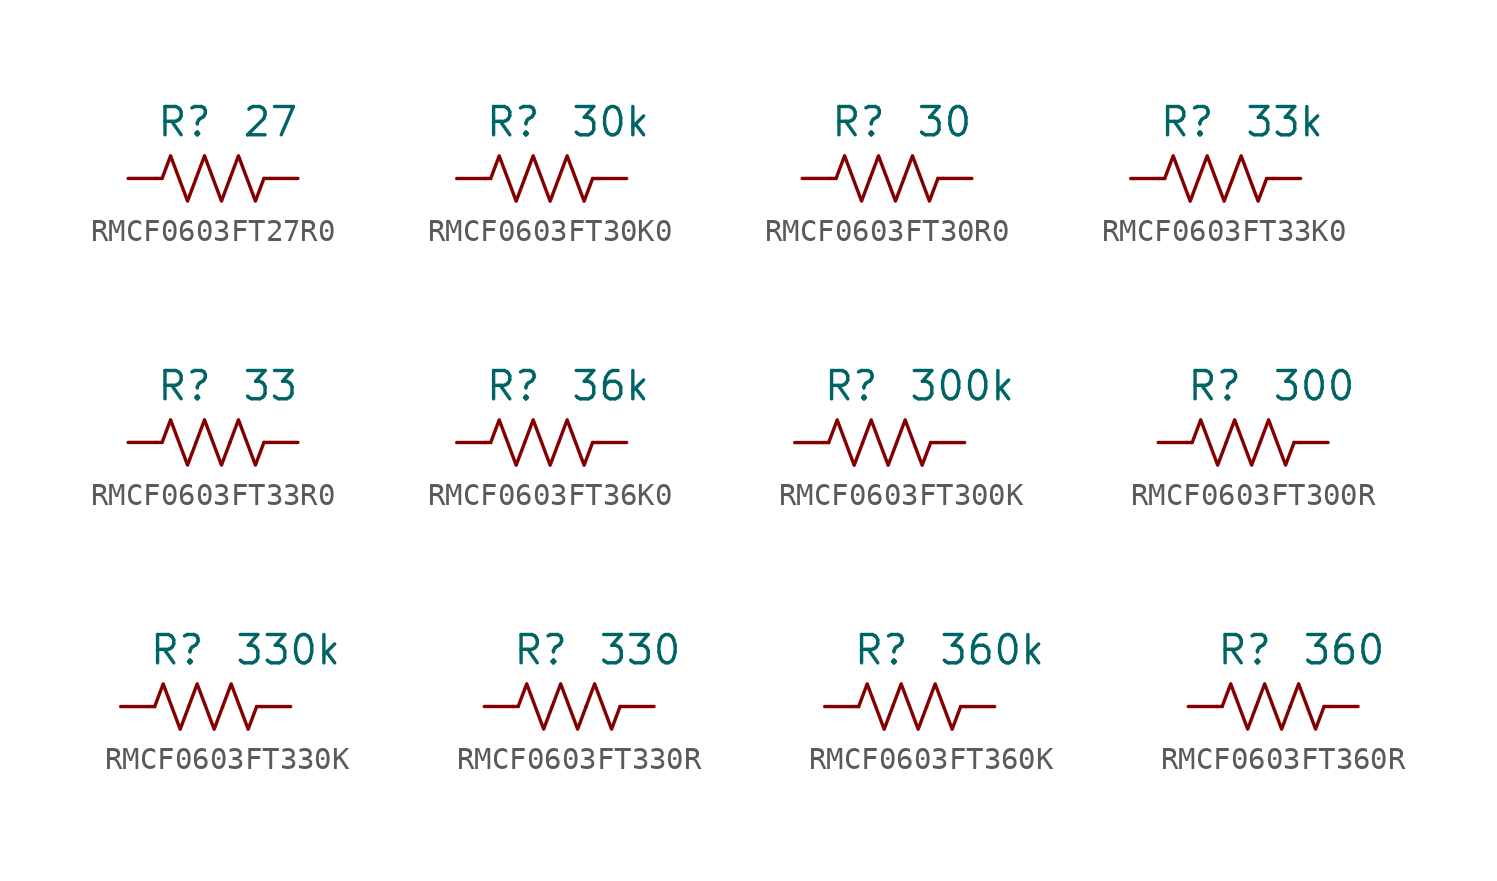
<source format=kicad_sym>
(kicad_symbol_lib
  (version 20241209)
  (generator "kicad_symbol_editor")
  (generator_version "9.0")
  (symbol "RMCF0603FT27R0"
    (pin_numbers
      (hide yes))
    (property "Reference" "R"
      (at 0 2.54 0)
      (effects (font (size 1.27 1.27)) (justify right)))
    (property "Value" "27"
      (at 1.27 2.54 0)
      (effects (font (size 1.27 1.27)) (justify left)))
    (symbol "RMCF0603FT27R0_0_1"
      (polyline (pts (xy -2.286 0) (xy -2.54 0)) (stroke (width 0) (type default)) (fill (type none)))
      (polyline (pts (xy -2.286 0) (xy -1.905 1.016) (xy -1.524 0) (xy -1.143 -1.016) (xy -0.762 0)) (stroke (width 0) (type default)) (fill (type none)))
      (polyline (pts (xy -0.762 0) (xy -0.381 1.016) (xy 0 0) (xy 0.381 -1.016) (xy 0.762 0)) (stroke (width 0) (type default)) (fill (type none)))
      (polyline (pts (xy 0.762 0) (xy 1.143 1.016) (xy 1.524 0) (xy 1.905 -1.016) (xy 2.286 0)) (stroke (width 0) (type default)) (fill (type none)))
      (polyline (pts (xy 2.286 0) (xy 2.54 0)) (stroke (width 0) (type default)) (fill (type none))))
    (symbol "RMCF0603FT27R0_1_1"
      (pin passive line (at -3.81 0 0) (length 1.27) (name "~" (effects (font (size 1.27 1.27)))) (number "1" (effects (font (size 1.27 1.27)))))
      (pin passive line (at 3.81 0 180) (length 1.27) (name "~" (effects (font (size 1.27 1.27)))) (number "2" (effects (font (size 1.27 1.27)))))))
  (symbol "RMCF0603FT30K0"
    (pin_numbers
      (hide yes))
    (property "Reference" "R"
      (at 0 2.54 0)
      (effects (font (size 1.27 1.27)) (justify right)))
    (property "Value" "30k"
      (at 1.27 2.54 0)
      (effects (font (size 1.27 1.27)) (justify left)))
    (symbol "RMCF0603FT30K0_0_1"
      (polyline (pts (xy -2.286 0) (xy -2.54 0)) (stroke (width 0) (type default)) (fill (type none)))
      (polyline (pts (xy -2.286 0) (xy -1.905 1.016) (xy -1.524 0) (xy -1.143 -1.016) (xy -0.762 0)) (stroke (width 0) (type default)) (fill (type none)))
      (polyline (pts (xy -0.762 0) (xy -0.381 1.016) (xy 0 0) (xy 0.381 -1.016) (xy 0.762 0)) (stroke (width 0) (type default)) (fill (type none)))
      (polyline (pts (xy 0.762 0) (xy 1.143 1.016) (xy 1.524 0) (xy 1.905 -1.016) (xy 2.286 0)) (stroke (width 0) (type default)) (fill (type none)))
      (polyline (pts (xy 2.286 0) (xy 2.54 0)) (stroke (width 0) (type default)) (fill (type none))))
    (symbol "RMCF0603FT30K0_1_1"
      (pin passive line (at -3.81 0 0) (length 1.27) (name "~" (effects (font (size 1.27 1.27)))) (number "1" (effects (font (size 1.27 1.27)))))
      (pin passive line (at 3.81 0 180) (length 1.27) (name "~" (effects (font (size 1.27 1.27)))) (number "2" (effects (font (size 1.27 1.27)))))))
  (symbol "RMCF0603FT30R0"
    (pin_numbers
      (hide yes))
    (property "Reference" "R"
      (at 0 2.54 0)
      (effects (font (size 1.27 1.27)) (justify right)))
    (property "Value" "30"
      (at 1.27 2.54 0)
      (effects (font (size 1.27 1.27)) (justify left)))
    (symbol "RMCF0603FT30R0_0_1"
      (polyline (pts (xy -2.286 0) (xy -2.54 0)) (stroke (width 0) (type default)) (fill (type none)))
      (polyline (pts (xy -2.286 0) (xy -1.905 1.016) (xy -1.524 0) (xy -1.143 -1.016) (xy -0.762 0)) (stroke (width 0) (type default)) (fill (type none)))
      (polyline (pts (xy -0.762 0) (xy -0.381 1.016) (xy 0 0) (xy 0.381 -1.016) (xy 0.762 0)) (stroke (width 0) (type default)) (fill (type none)))
      (polyline (pts (xy 0.762 0) (xy 1.143 1.016) (xy 1.524 0) (xy 1.905 -1.016) (xy 2.286 0)) (stroke (width 0) (type default)) (fill (type none)))
      (polyline (pts (xy 2.286 0) (xy 2.54 0)) (stroke (width 0) (type default)) (fill (type none))))
    (symbol "RMCF0603FT30R0_1_1"
      (pin passive line (at -3.81 0 0) (length 1.27) (name "~" (effects (font (size 1.27 1.27)))) (number "1" (effects (font (size 1.27 1.27)))))
      (pin passive line (at 3.81 0 180) (length 1.27) (name "~" (effects (font (size 1.27 1.27)))) (number "2" (effects (font (size 1.27 1.27)))))))
  (symbol "RMCF0603FT33K0"
    (pin_numbers
      (hide yes))
    (property "Reference" "R"
      (at 0 2.54 0)
      (effects (font (size 1.27 1.27)) (justify right)))
    (property "Value" "33k"
      (at 1.27 2.54 0)
      (effects (font (size 1.27 1.27)) (justify left)))
    (symbol "RMCF0603FT33K0_0_1"
      (polyline (pts (xy -2.286 0) (xy -2.54 0)) (stroke (width 0) (type default)) (fill (type none)))
      (polyline (pts (xy -2.286 0) (xy -1.905 1.016) (xy -1.524 0) (xy -1.143 -1.016) (xy -0.762 0)) (stroke (width 0) (type default)) (fill (type none)))
      (polyline (pts (xy -0.762 0) (xy -0.381 1.016) (xy 0 0) (xy 0.381 -1.016) (xy 0.762 0)) (stroke (width 0) (type default)) (fill (type none)))
      (polyline (pts (xy 0.762 0) (xy 1.143 1.016) (xy 1.524 0) (xy 1.905 -1.016) (xy 2.286 0)) (stroke (width 0) (type default)) (fill (type none)))
      (polyline (pts (xy 2.286 0) (xy 2.54 0)) (stroke (width 0) (type default)) (fill (type none))))
    (symbol "RMCF0603FT33K0_1_1"
      (pin passive line (at -3.81 0 0) (length 1.27) (name "~" (effects (font (size 1.27 1.27)))) (number "1" (effects (font (size 1.27 1.27)))))
      (pin passive line (at 3.81 0 180) (length 1.27) (name "~" (effects (font (size 1.27 1.27)))) (number "2" (effects (font (size 1.27 1.27)))))))
  (symbol "RMCF0603FT33R0"
    (pin_numbers
      (hide yes))
    (property "Reference" "R"
      (at 0 2.54 0)
      (effects (font (size 1.27 1.27)) (justify right)))
    (property "Value" "33"
      (at 1.27 2.54 0)
      (effects (font (size 1.27 1.27)) (justify left)))
    (symbol "RMCF0603FT33R0_0_1"
      (polyline (pts (xy -2.286 0) (xy -2.54 0)) (stroke (width 0) (type default)) (fill (type none)))
      (polyline (pts (xy -2.286 0) (xy -1.905 1.016) (xy -1.524 0) (xy -1.143 -1.016) (xy -0.762 0)) (stroke (width 0) (type default)) (fill (type none)))
      (polyline (pts (xy -0.762 0) (xy -0.381 1.016) (xy 0 0) (xy 0.381 -1.016) (xy 0.762 0)) (stroke (width 0) (type default)) (fill (type none)))
      (polyline (pts (xy 0.762 0) (xy 1.143 1.016) (xy 1.524 0) (xy 1.905 -1.016) (xy 2.286 0)) (stroke (width 0) (type default)) (fill (type none)))
      (polyline (pts (xy 2.286 0) (xy 2.54 0)) (stroke (width 0) (type default)) (fill (type none))))
    (symbol "RMCF0603FT33R0_1_1"
      (pin passive line (at -3.81 0 0) (length 1.27) (name "~" (effects (font (size 1.27 1.27)))) (number "1" (effects (font (size 1.27 1.27)))))
      (pin passive line (at 3.81 0 180) (length 1.27) (name "~" (effects (font (size 1.27 1.27)))) (number "2" (effects (font (size 1.27 1.27)))))))
  (symbol "RMCF0603FT36K0"
    (pin_numbers
      (hide yes))
    (property "Reference" "R"
      (at 0 2.54 0)
      (effects (font (size 1.27 1.27)) (justify right)))
    (property "Value" "36k"
      (at 1.27 2.54 0)
      (effects (font (size 1.27 1.27)) (justify left)))
    (symbol "RMCF0603FT36K0_0_1"
      (polyline (pts (xy -2.286 0) (xy -2.54 0)) (stroke (width 0) (type default)) (fill (type none)))
      (polyline (pts (xy -2.286 0) (xy -1.905 1.016) (xy -1.524 0) (xy -1.143 -1.016) (xy -0.762 0)) (stroke (width 0) (type default)) (fill (type none)))
      (polyline (pts (xy -0.762 0) (xy -0.381 1.016) (xy 0 0) (xy 0.381 -1.016) (xy 0.762 0)) (stroke (width 0) (type default)) (fill (type none)))
      (polyline (pts (xy 0.762 0) (xy 1.143 1.016) (xy 1.524 0) (xy 1.905 -1.016) (xy 2.286 0)) (stroke (width 0) (type default)) (fill (type none)))
      (polyline (pts (xy 2.286 0) (xy 2.54 0)) (stroke (width 0) (type default)) (fill (type none))))
    (symbol "RMCF0603FT36K0_1_1"
      (pin passive line (at -3.81 0 0) (length 1.27) (name "~" (effects (font (size 1.27 1.27)))) (number "1" (effects (font (size 1.27 1.27)))))
      (pin passive line (at 3.81 0 180) (length 1.27) (name "~" (effects (font (size 1.27 1.27)))) (number "2" (effects (font (size 1.27 1.27)))))))
  (symbol "RMCF0603FT300K"
    (pin_numbers
      (hide yes))
    (property "Reference" "R"
      (at 0 2.54 0)
      (effects (font (size 1.27 1.27)) (justify right)))
    (property "Value" "300k"
      (at 1.27 2.54 0)
      (effects (font (size 1.27 1.27)) (justify left)))
    (symbol "RMCF0603FT300K_0_1"
      (polyline (pts (xy -2.286 0) (xy -2.54 0)) (stroke (width 0) (type default)) (fill (type none)))
      (polyline (pts (xy -2.286 0) (xy -1.905 1.016) (xy -1.524 0) (xy -1.143 -1.016) (xy -0.762 0)) (stroke (width 0) (type default)) (fill (type none)))
      (polyline (pts (xy -0.762 0) (xy -0.381 1.016) (xy 0 0) (xy 0.381 -1.016) (xy 0.762 0)) (stroke (width 0) (type default)) (fill (type none)))
      (polyline (pts (xy 0.762 0) (xy 1.143 1.016) (xy 1.524 0) (xy 1.905 -1.016) (xy 2.286 0)) (stroke (width 0) (type default)) (fill (type none)))
      (polyline (pts (xy 2.286 0) (xy 2.54 0)) (stroke (width 0) (type default)) (fill (type none))))
    (symbol "RMCF0603FT300K_1_1"
      (pin passive line (at -3.81 0 0) (length 1.27) (name "~" (effects (font (size 1.27 1.27)))) (number "1" (effects (font (size 1.27 1.27)))))
      (pin passive line (at 3.81 0 180) (length 1.27) (name "~" (effects (font (size 1.27 1.27)))) (number "2" (effects (font (size 1.27 1.27)))))))
  (symbol "RMCF0603FT300R"
    (pin_numbers
      (hide yes))
    (property "Reference" "R"
      (at 0 2.54 0)
      (effects (font (size 1.27 1.27)) (justify right)))
    (property "Value" "300"
      (at 1.27 2.54 0)
      (effects (font (size 1.27 1.27)) (justify left)))
    (symbol "RMCF0603FT300R_0_1"
      (polyline (pts (xy -2.286 0) (xy -2.54 0)) (stroke (width 0) (type default)) (fill (type none)))
      (polyline (pts (xy -2.286 0) (xy -1.905 1.016) (xy -1.524 0) (xy -1.143 -1.016) (xy -0.762 0)) (stroke (width 0) (type default)) (fill (type none)))
      (polyline (pts (xy -0.762 0) (xy -0.381 1.016) (xy 0 0) (xy 0.381 -1.016) (xy 0.762 0)) (stroke (width 0) (type default)) (fill (type none)))
      (polyline (pts (xy 0.762 0) (xy 1.143 1.016) (xy 1.524 0) (xy 1.905 -1.016) (xy 2.286 0)) (stroke (width 0) (type default)) (fill (type none)))
      (polyline (pts (xy 2.286 0) (xy 2.54 0)) (stroke (width 0) (type default)) (fill (type none))))
    (symbol "RMCF0603FT300R_1_1"
      (pin passive line (at -3.81 0 0) (length 1.27) (name "~" (effects (font (size 1.27 1.27)))) (number "1" (effects (font (size 1.27 1.27)))))
      (pin passive line (at 3.81 0 180) (length 1.27) (name "~" (effects (font (size 1.27 1.27)))) (number "2" (effects (font (size 1.27 1.27)))))))
  (symbol "RMCF0603FT330K"
    (pin_numbers
      (hide yes))
    (property "Reference" "R"
      (at 0 2.54 0)
      (effects (font (size 1.27 1.27)) (justify right)))
    (property "Value" "330k"
      (at 1.27 2.54 0)
      (effects (font (size 1.27 1.27)) (justify left)))
    (symbol "RMCF0603FT330K_0_1"
      (polyline (pts (xy -2.286 0) (xy -2.54 0)) (stroke (width 0) (type default)) (fill (type none)))
      (polyline (pts (xy -2.286 0) (xy -1.905 1.016) (xy -1.524 0) (xy -1.143 -1.016) (xy -0.762 0)) (stroke (width 0) (type default)) (fill (type none)))
      (polyline (pts (xy -0.762 0) (xy -0.381 1.016) (xy 0 0) (xy 0.381 -1.016) (xy 0.762 0)) (stroke (width 0) (type default)) (fill (type none)))
      (polyline (pts (xy 0.762 0) (xy 1.143 1.016) (xy 1.524 0) (xy 1.905 -1.016) (xy 2.286 0)) (stroke (width 0) (type default)) (fill (type none)))
      (polyline (pts (xy 2.286 0) (xy 2.54 0)) (stroke (width 0) (type default)) (fill (type none))))
    (symbol "RMCF0603FT330K_1_1"
      (pin passive line (at -3.81 0 0) (length 1.27) (name "~" (effects (font (size 1.27 1.27)))) (number "1" (effects (font (size 1.27 1.27)))))
      (pin passive line (at 3.81 0 180) (length 1.27) (name "~" (effects (font (size 1.27 1.27)))) (number "2" (effects (font (size 1.27 1.27)))))))
  (symbol "RMCF0603FT330R"
    (pin_numbers
      (hide yes))
    (property "Reference" "R"
      (at 0 2.54 0)
      (effects (font (size 1.27 1.27)) (justify right)))
    (property "Value" "330"
      (at 1.27 2.54 0)
      (effects (font (size 1.27 1.27)) (justify left)))
    (symbol "RMCF0603FT330R_0_1"
      (polyline (pts (xy -2.286 0) (xy -2.54 0)) (stroke (width 0) (type default)) (fill (type none)))
      (polyline (pts (xy -2.286 0) (xy -1.905 1.016) (xy -1.524 0) (xy -1.143 -1.016) (xy -0.762 0)) (stroke (width 0) (type default)) (fill (type none)))
      (polyline (pts (xy -0.762 0) (xy -0.381 1.016) (xy 0 0) (xy 0.381 -1.016) (xy 0.762 0)) (stroke (width 0) (type default)) (fill (type none)))
      (polyline (pts (xy 0.762 0) (xy 1.143 1.016) (xy 1.524 0) (xy 1.905 -1.016) (xy 2.286 0)) (stroke (width 0) (type default)) (fill (type none)))
      (polyline (pts (xy 2.286 0) (xy 2.54 0)) (stroke (width 0) (type default)) (fill (type none))))
    (symbol "RMCF0603FT330R_1_1"
      (pin passive line (at -3.81 0 0) (length 1.27) (name "~" (effects (font (size 1.27 1.27)))) (number "1" (effects (font (size 1.27 1.27)))))
      (pin passive line (at 3.81 0 180) (length 1.27) (name "~" (effects (font (size 1.27 1.27)))) (number "2" (effects (font (size 1.27 1.27)))))))
  (symbol "RMCF0603FT360K"
    (pin_numbers
      (hide yes))
    (property "Reference" "R"
      (at 0 2.54 0)
      (effects (font (size 1.27 1.27)) (justify right)))
    (property "Value" "360k"
      (at 1.27 2.54 0)
      (effects (font (size 1.27 1.27)) (justify left)))
    (symbol "RMCF0603FT360K_0_1"
      (polyline (pts (xy -2.286 0) (xy -2.54 0)) (stroke (width 0) (type default)) (fill (type none)))
      (polyline (pts (xy -2.286 0) (xy -1.905 1.016) (xy -1.524 0) (xy -1.143 -1.016) (xy -0.762 0)) (stroke (width 0) (type default)) (fill (type none)))
      (polyline (pts (xy -0.762 0) (xy -0.381 1.016) (xy 0 0) (xy 0.381 -1.016) (xy 0.762 0)) (stroke (width 0) (type default)) (fill (type none)))
      (polyline (pts (xy 0.762 0) (xy 1.143 1.016) (xy 1.524 0) (xy 1.905 -1.016) (xy 2.286 0)) (stroke (width 0) (type default)) (fill (type none)))
      (polyline (pts (xy 2.286 0) (xy 2.54 0)) (stroke (width 0) (type default)) (fill (type none))))
    (symbol "RMCF0603FT360K_1_1"
      (pin passive line (at -3.81 0 0) (length 1.27) (name "~" (effects (font (size 1.27 1.27)))) (number "1" (effects (font (size 1.27 1.27)))))
      (pin passive line (at 3.81 0 180) (length 1.27) (name "~" (effects (font (size 1.27 1.27)))) (number "2" (effects (font (size 1.27 1.27)))))))
  (symbol "RMCF0603FT360R"
    (pin_numbers
      (hide yes))
    (property "Reference" "R"
      (at 0 2.54 0)
      (effects (font (size 1.27 1.27)) (justify right)))
    (property "Value" "360"
      (at 1.27 2.54 0)
      (effects (font (size 1.27 1.27)) (justify left)))
    (symbol "RMCF0603FT360R_0_1"
      (polyline (pts (xy -2.286 0) (xy -2.54 0)) (stroke (width 0) (type default)) (fill (type none)))
      (polyline (pts (xy -2.286 0) (xy -1.905 1.016) (xy -1.524 0) (xy -1.143 -1.016) (xy -0.762 0)) (stroke (width 0) (type default)) (fill (type none)))
      (polyline (pts (xy -0.762 0) (xy -0.381 1.016) (xy 0 0) (xy 0.381 -1.016) (xy 0.762 0)) (stroke (width 0) (type default)) (fill (type none)))
      (polyline (pts (xy 0.762 0) (xy 1.143 1.016) (xy 1.524 0) (xy 1.905 -1.016) (xy 2.286 0)) (stroke (width 0) (type default)) (fill (type none)))
      (polyline (pts (xy 2.286 0) (xy 2.54 0)) (stroke (width 0) (type default)) (fill (type none))))
    (symbol "RMCF0603FT360R_1_1"
      (pin passive line (at -3.81 0 0) (length 1.27) (name "~" (effects (font (size 1.27 1.27)))) (number "1" (effects (font (size 1.27 1.27)))))
      (pin passive line (at 3.81 0 180) (length 1.27) (name "~" (effects (font (size 1.27 1.27)))) (number "2" (effects (font (size 1.27 1.27))))))))
</source>
